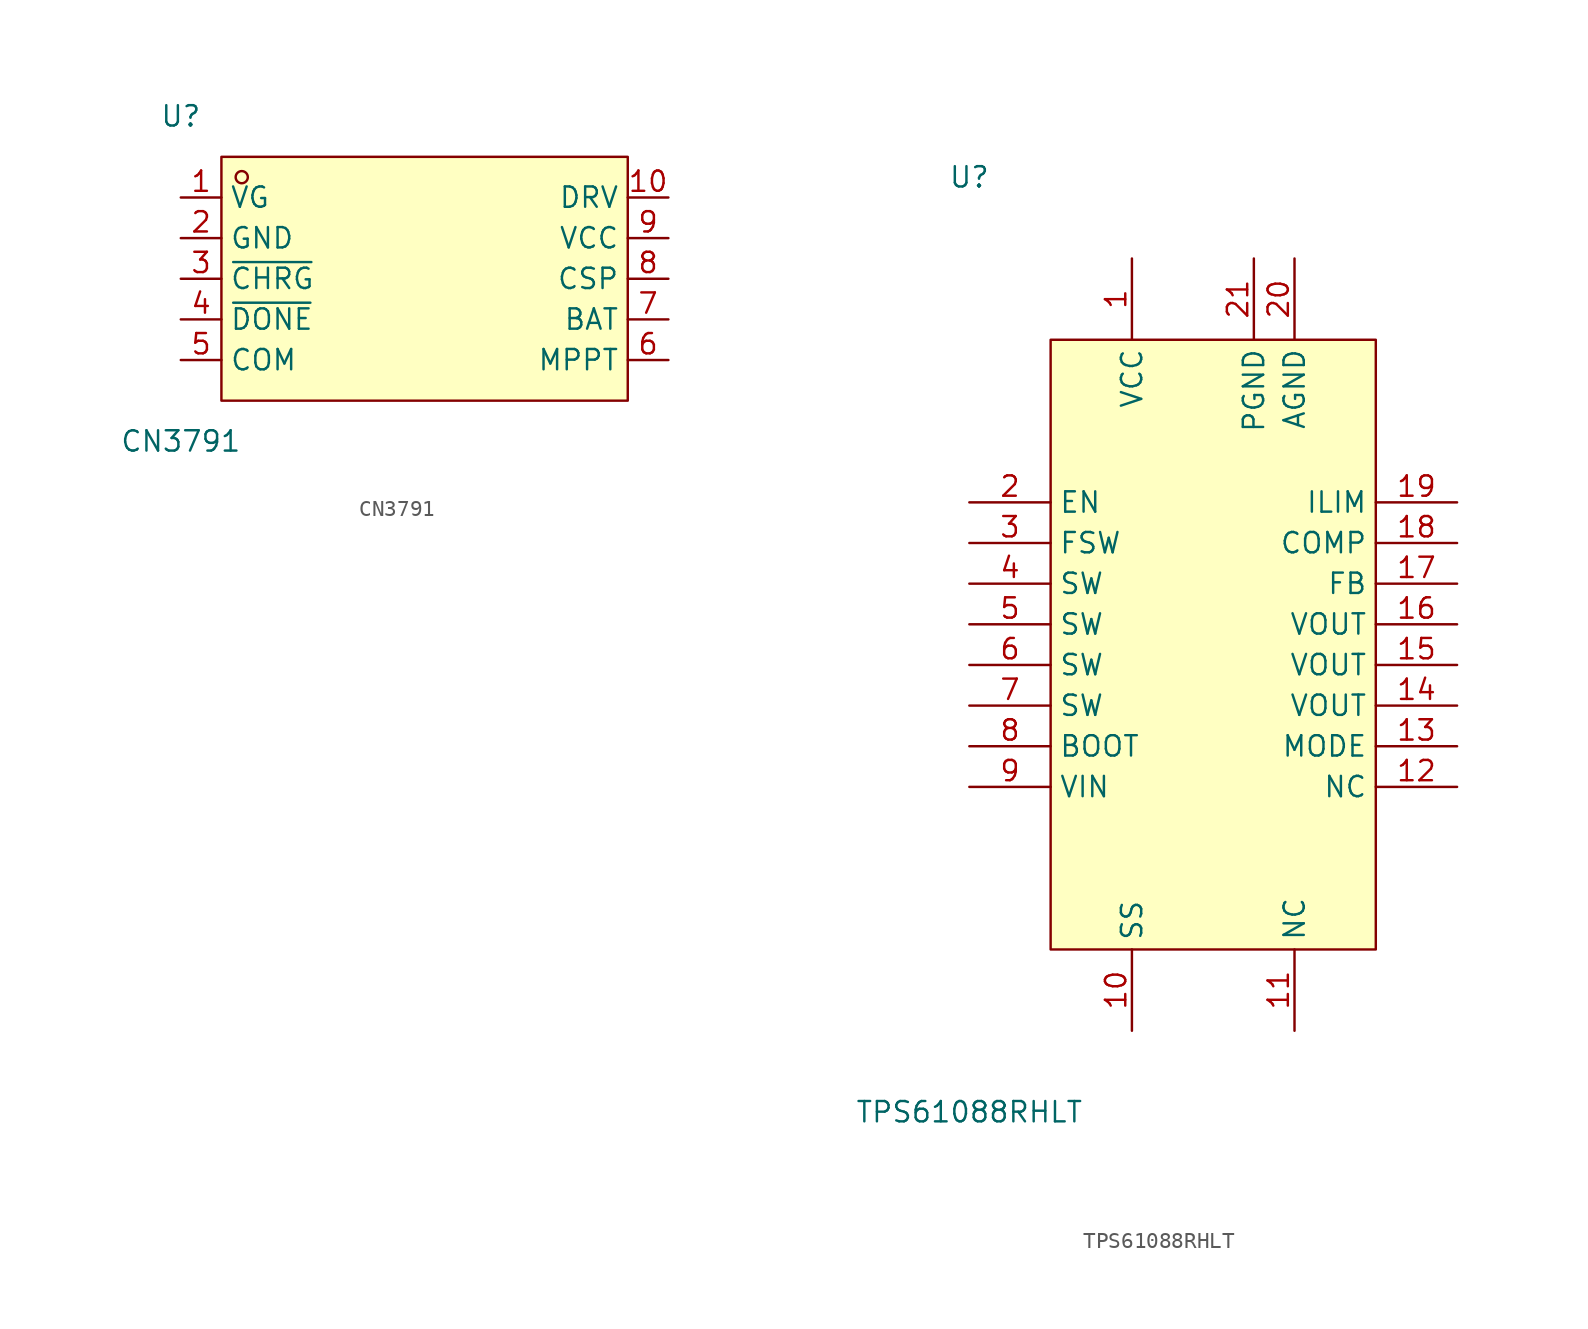
<source format=kicad_sym>
(kicad_symbol_lib
  (version 20241209)
  (generator "kicad_symbol_editor")
  (generator_version "9.0")
  (symbol "CN3791"
    (property "Reference" "U"
      (at 0 2.54 0)
      (effects (font (size 1.27 1.27))))
    (property "Value" "CN3791"
      (at 0 -17.78 0)
      (effects (font (size 1.27 1.27))))
    (symbol "CN3791_0_1"
      (rectangle (start 2.54 0) (end 27.94 -15.24) (stroke (width 0) (type default)) (fill (type background)))
      (circle (center 3.81 -1.27) (radius 0.38) (stroke (width 0) (type default)) (fill (type none)))
      (pin unspecified line (at 0 -2.54 0) (length 2.54) (name "VG" (effects (font (size 1.27 1.27)))) (number "1" (effects (font (size 1.27 1.27)))))
      (pin unspecified line (at 0 -5.08 0) (length 2.54) (name "GND" (effects (font (size 1.27 1.27)))) (number "2" (effects (font (size 1.27 1.27)))))
      (pin unspecified line (at 0 -7.62 0) (length 2.54) (name "~{CHRG}" (effects (font (size 1.27 1.27)))) (number "3" (effects (font (size 1.27 1.27)))))
      (pin unspecified line (at 0 -10.16 0) (length 2.54) (name "~{DONE}" (effects (font (size 1.27 1.27)))) (number "4" (effects (font (size 1.27 1.27)))))
      (pin unspecified line (at 0 -12.7 0) (length 2.54) (name "COM" (effects (font (size 1.27 1.27)))) (number "5" (effects (font (size 1.27 1.27)))))
      (pin unspecified line (at 30.48 -2.54 180) (length 2.54) (name "DRV" (effects (font (size 1.27 1.27)))) (number "10" (effects (font (size 1.27 1.27)))))
      (pin unspecified line (at 30.48 -5.08 180) (length 2.54) (name "VCC" (effects (font (size 1.27 1.27)))) (number "9" (effects (font (size 1.27 1.27)))))
      (pin unspecified line (at 30.48 -7.62 180) (length 2.54) (name "CSP" (effects (font (size 1.27 1.27)))) (number "8" (effects (font (size 1.27 1.27)))))
      (pin unspecified line (at 30.48 -10.16 180) (length 2.54) (name "BAT" (effects (font (size 1.27 1.27)))) (number "7" (effects (font (size 1.27 1.27)))))
      (pin unspecified line (at 30.48 -12.7 180) (length 2.54) (name "MPPT" (effects (font (size 1.27 1.27)))) (number "6" (effects (font (size 1.27 1.27)))))))
  (symbol "TPS61088RHLT"
    (property "Reference" "U"
      (at 0 5.08 0)
      (effects (font (size 1.27 1.27))))
    (property "Value" "TPS61088RHLT"
      (at 0 -53.34 0)
      (effects (font (size 1.27 1.27))))
    (symbol "TPS61088RHLT_0_1"
      (rectangle (start 5.08 -5.08) (end 25.4 -43.18) (stroke (width 0) (type default)) (fill (type background)))
      (pin unspecified line (at 0 -15.24 0) (length 5.08) (name "EN" (effects (font (size 1.27 1.27)))) (number "2" (effects (font (size 1.27 1.27)))))
      (pin unspecified line (at 0 -17.78 0) (length 5.08) (name "FSW" (effects (font (size 1.27 1.27)))) (number "3" (effects (font (size 1.27 1.27)))))
      (pin unspecified line (at 0 -20.32 0) (length 5.08) (name "SW" (effects (font (size 1.27 1.27)))) (number "4" (effects (font (size 1.27 1.27)))))
      (pin unspecified line (at 0 -22.86 0) (length 5.08) (name "SW" (effects (font (size 1.27 1.27)))) (number "5" (effects (font (size 1.27 1.27)))))
      (pin unspecified line (at 0 -25.4 0) (length 5.08) (name "SW" (effects (font (size 1.27 1.27)))) (number "6" (effects (font (size 1.27 1.27)))))
      (pin unspecified line (at 0 -27.94 0) (length 5.08) (name "SW" (effects (font (size 1.27 1.27)))) (number "7" (effects (font (size 1.27 1.27)))))
      (pin unspecified line (at 0 -30.48 0) (length 5.08) (name "BOOT" (effects (font (size 1.27 1.27)))) (number "8" (effects (font (size 1.27 1.27)))))
      (pin unspecified line (at 0 -33.02 0) (length 5.08) (name "VIN" (effects (font (size 1.27 1.27)))) (number "9" (effects (font (size 1.27 1.27)))))
      (pin unspecified line (at 10.16 0 270) (length 5.08) (name "VCC" (effects (font (size 1.27 1.27)))) (number "1" (effects (font (size 1.27 1.27)))))
      (pin unspecified line (at 10.16 -48.26 90) (length 5.08) (name "SS" (effects (font (size 1.27 1.27)))) (number "10" (effects (font (size 1.27 1.27)))))
      (pin unspecified line (at 17.78 0 270) (length 5.08) (name "PGND" (effects (font (size 1.27 1.27)))) (number "21" (effects (font (size 1.27 1.27)))))
      (pin unspecified line (at 20.32 0 270) (length 5.08) (name "AGND" (effects (font (size 1.27 1.27)))) (number "20" (effects (font (size 1.27 1.27)))))
      (pin unspecified line (at 20.32 -48.26 90) (length 5.08) (name "NC" (effects (font (size 1.27 1.27)))) (number "11" (effects (font (size 1.27 1.27)))))
      (pin unspecified line (at 30.48 -15.24 180) (length 5.08) (name "ILIM" (effects (font (size 1.27 1.27)))) (number "19" (effects (font (size 1.27 1.27)))))
      (pin unspecified line (at 30.48 -17.78 180) (length 5.08) (name "COMP" (effects (font (size 1.27 1.27)))) (number "18" (effects (font (size 1.27 1.27)))))
      (pin unspecified line (at 30.48 -20.32 180) (length 5.08) (name "FB" (effects (font (size 1.27 1.27)))) (number "17" (effects (font (size 1.27 1.27)))))
      (pin unspecified line (at 30.48 -22.86 180) (length 5.08) (name "VOUT" (effects (font (size 1.27 1.27)))) (number "16" (effects (font (size 1.27 1.27)))))
      (pin unspecified line (at 30.48 -25.4 180) (length 5.08) (name "VOUT" (effects (font (size 1.27 1.27)))) (number "15" (effects (font (size 1.27 1.27)))))
      (pin unspecified line (at 30.48 -27.94 180) (length 5.08) (name "VOUT" (effects (font (size 1.27 1.27)))) (number "14" (effects (font (size 1.27 1.27)))))
      (pin unspecified line (at 30.48 -30.48 180) (length 5.08) (name "MODE" (effects (font (size 1.27 1.27)))) (number "13" (effects (font (size 1.27 1.27)))))
      (pin unspecified line (at 30.48 -33.02 180) (length 5.08) (name "NC" (effects (font (size 1.27 1.27)))) (number "12" (effects (font (size 1.27 1.27))))))))
</source>
